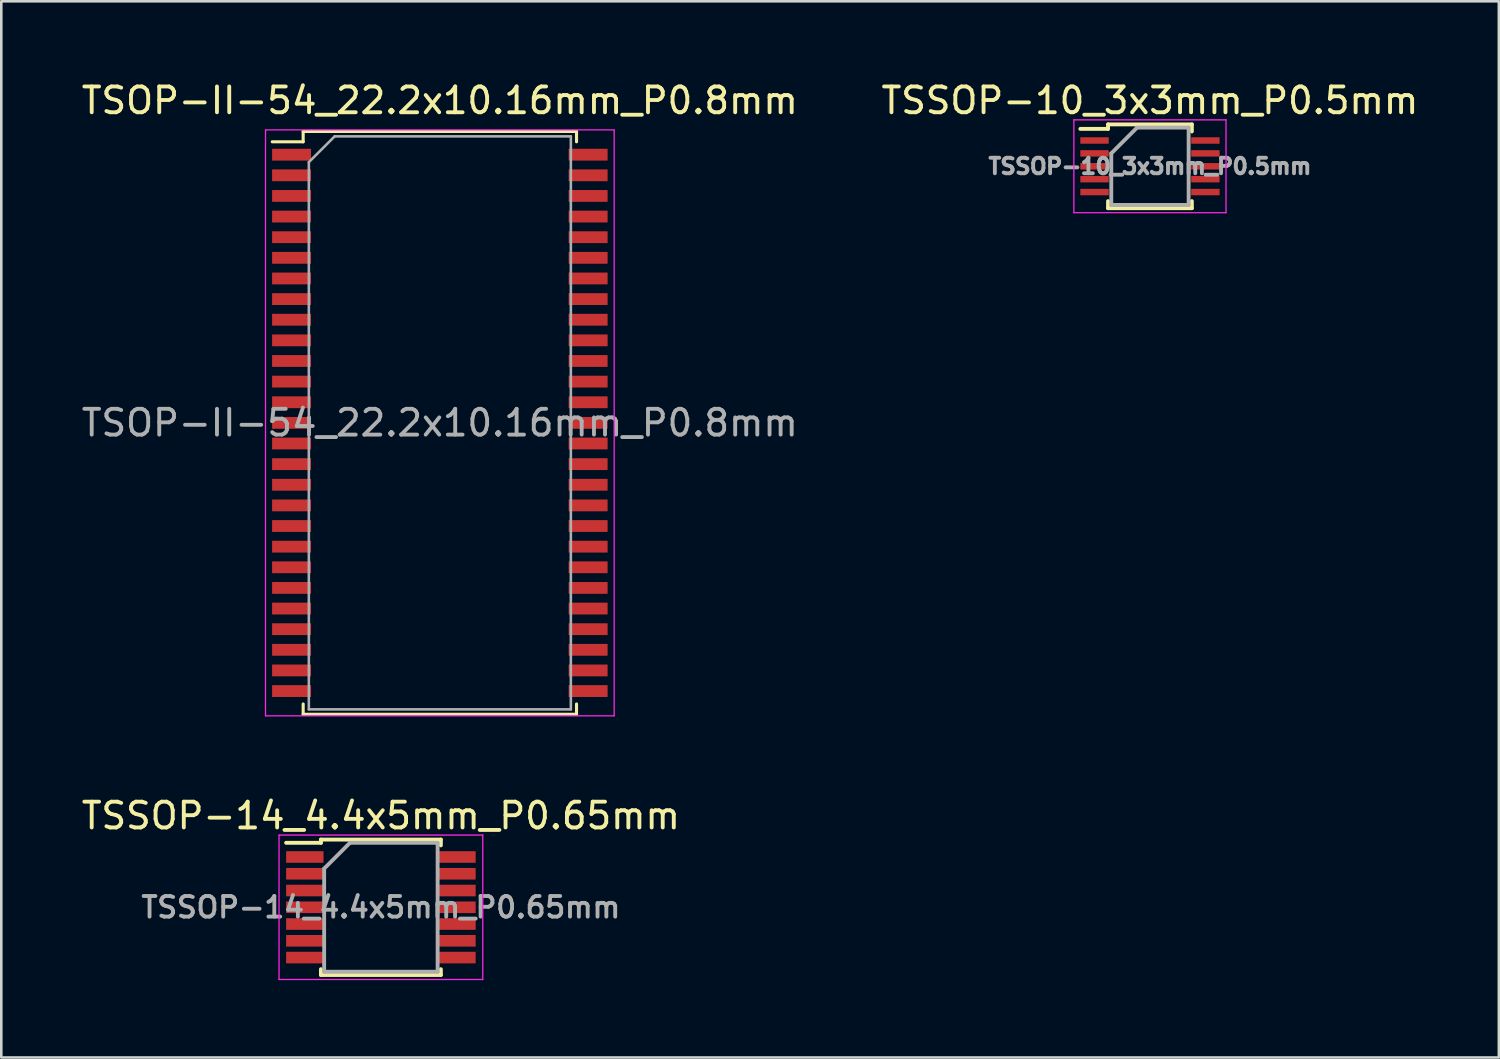
<source format=kicad_pcb>
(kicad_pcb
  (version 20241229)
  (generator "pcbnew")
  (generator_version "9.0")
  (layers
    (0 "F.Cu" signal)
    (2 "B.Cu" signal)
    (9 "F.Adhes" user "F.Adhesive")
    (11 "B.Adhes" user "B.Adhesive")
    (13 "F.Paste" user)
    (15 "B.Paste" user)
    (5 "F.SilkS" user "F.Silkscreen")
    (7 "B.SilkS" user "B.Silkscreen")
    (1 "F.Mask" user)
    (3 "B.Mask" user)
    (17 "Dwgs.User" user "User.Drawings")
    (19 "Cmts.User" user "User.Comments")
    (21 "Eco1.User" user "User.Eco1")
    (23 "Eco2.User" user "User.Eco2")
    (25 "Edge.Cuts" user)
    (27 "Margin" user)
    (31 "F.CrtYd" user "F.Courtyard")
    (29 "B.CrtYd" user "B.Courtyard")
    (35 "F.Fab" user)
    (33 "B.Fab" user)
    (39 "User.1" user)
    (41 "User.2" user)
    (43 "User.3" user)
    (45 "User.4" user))
  (footprint "TSSOP-14_4.4x5mm_P0.65mm"
    (layer "F.Cu")
    (at 11.72 32.132)
    (property "Reference" "TSSOP-14_4.4x5mm_P0.65mm" (at 0 -3.55 0) (layer "F.SilkS") (effects (font (size 1 1) (thickness 0.15))))
    (attr smd)
    (fp_line (start -2.325 -2.625) (end -2.325 -2.5) (stroke (width 0.15) (type solid)) (layer "F.SilkS"))
    (fp_line (start -2.325 -2.625) (end 2.325 -2.625) (stroke (width 0.15) (type solid)) (layer "F.SilkS"))
    (fp_line (start -2.325 -2.5) (end -3.675 -2.5) (stroke (width 0.15) (type solid)) (layer "F.SilkS"))
    (fp_line (start -2.325 2.625) (end -2.325 2.4) (stroke (width 0.15) (type solid)) (layer "F.SilkS"))
    (fp_line (start -2.325 2.625) (end 2.325 2.625) (stroke (width 0.15) (type solid)) (layer "F.SilkS"))
    (fp_line (start 2.325 -2.625) (end 2.325 -2.4) (stroke (width 0.15) (type solid)) (layer "F.SilkS"))
    (fp_line (start 2.325 2.625) (end 2.325 2.4) (stroke (width 0.15) (type solid)) (layer "F.SilkS"))
    (fp_line (start -3.95 -2.8) (end -3.95 2.8) (stroke (width 0.05) (type solid)) (layer "F.CrtYd"))
    (fp_line (start -3.95 -2.8) (end 3.95 -2.8) (stroke (width 0.05) (type solid)) (layer "F.CrtYd"))
    (fp_line (start -3.95 2.8) (end 3.95 2.8) (stroke (width 0.05) (type solid)) (layer "F.CrtYd"))
    (fp_line (start 3.95 -2.8) (end 3.95 2.8) (stroke (width 0.05) (type solid)) (layer "F.CrtYd"))
    (fp_line (start -2.2 -1.5) (end -1.2 -2.5) (stroke (width 0.15) (type solid)) (layer "F.Fab"))
    (fp_line (start -2.2 2.5) (end -2.2 -1.5) (stroke (width 0.15) (type solid)) (layer "F.Fab"))
    (fp_line (start -1.2 -2.5) (end 2.2 -2.5) (stroke (width 0.15) (type solid)) (layer "F.Fab"))
    (fp_line (start 2.2 -2.5) (end 2.2 2.5) (stroke (width 0.15) (type solid)) (layer "F.Fab"))
    (fp_line (start 2.2 2.5) (end -2.2 2.5) (stroke (width 0.15) (type solid)) (layer "F.Fab"))
    (fp_text user "${REFERENCE}" (at 0 0 0) (layer "F.Fab") (effects (font (size 0.8 0.8) (thickness 0.15))))
    (pad "1" smd rect (at -2.95 -1.95) (size 1.45 0.45) (layers "F.Cu" "F.Mask" "F.Paste"))
    (pad "2" smd rect (at -2.95 -1.3) (size 1.45 0.45) (layers "F.Cu" "F.Mask" "F.Paste"))
    (pad "3" smd rect (at -2.95 -0.65) (size 1.45 0.45) (layers "F.Cu" "F.Mask" "F.Paste"))
    (pad "4" smd rect (at -2.95 0) (size 1.45 0.45) (layers "F.Cu" "F.Mask" "F.Paste"))
    (pad "5" smd rect (at -2.95 0.65) (size 1.45 0.45) (layers "F.Cu" "F.Mask" "F.Paste"))
    (pad "6" smd rect (at -2.95 1.3) (size 1.45 0.45) (layers "F.Cu" "F.Mask" "F.Paste"))
    (pad "7" smd rect (at -2.95 1.95) (size 1.45 0.45) (layers "F.Cu" "F.Mask" "F.Paste"))
    (pad "8" smd rect (at 2.95 1.95) (size 1.45 0.45) (layers "F.Cu" "F.Mask" "F.Paste"))
    (pad "9" smd rect (at 2.95 1.3) (size 1.45 0.45) (layers "F.Cu" "F.Mask" "F.Paste"))
    (pad "10" smd rect (at 2.95 0.65) (size 1.45 0.45) (layers "F.Cu" "F.Mask" "F.Paste"))
    (pad "11" smd rect (at 2.95 0) (size 1.45 0.45) (layers "F.Cu" "F.Mask" "F.Paste"))
    (pad "12" smd rect (at 2.95 -0.65) (size 1.45 0.45) (layers "F.Cu" "F.Mask" "F.Paste"))
    (pad "13" smd rect (at 2.95 -1.3) (size 1.45 0.45) (layers "F.Cu" "F.Mask" "F.Paste"))
    (pad "14" smd rect (at 2.95 -1.95) (size 1.45 0.45) (layers "F.Cu" "F.Mask" "F.Paste")))
  (footprint "TSOP-II-54_22.2x10.16mm_P0.8mm"
    (layer "F.Cu")
    (at 14.006 13.348)
    (property "Reference" "TSOP-II-54_22.2x10.16mm_P0.8mm" (at 0 -12.5 0) (layer "F.SilkS") (effects (font (size 1 1) (thickness 0.15))))
    (attr smd)
    (fp_line (start -6.5 -10.9) (end -5.3 -10.9) (stroke (width 0.12) (type solid)) (layer "F.SilkS"))
    (fp_line (start -5.3 -11.3) (end 5.3 -11.3) (stroke (width 0.12) (type solid)) (layer "F.SilkS"))
    (fp_line (start -5.3 -10.9) (end -5.3 -11.3) (stroke (width 0.12) (type solid)) (layer "F.SilkS"))
    (fp_line (start -5.3 10.9) (end -5.3 11.3) (stroke (width 0.12) (type solid)) (layer "F.SilkS"))
    (fp_line (start -5.3 11.3) (end 5.3 11.3) (stroke (width 0.12) (type solid)) (layer "F.SilkS"))
    (fp_line (start 5.3 -11.3) (end 5.3 -10.9) (stroke (width 0.12) (type solid)) (layer "F.SilkS"))
    (fp_line (start 5.3 10.9) (end 5.3 11.3) (stroke (width 0.12) (type solid)) (layer "F.SilkS"))
    (fp_line (start -6.76 -11.36) (end -6.76 11.36) (stroke (width 0.05) (type solid)) (layer "F.CrtYd"))
    (fp_line (start -6.76 -11.36) (end 6.76 -11.36) (stroke (width 0.05) (type solid)) (layer "F.CrtYd"))
    (fp_line (start 6.76 -11.36) (end 6.76 11.36) (stroke (width 0.05) (type solid)) (layer "F.CrtYd"))
    (fp_line (start 6.76 11.36) (end -6.76 11.36) (stroke (width 0.05) (type solid)) (layer "F.CrtYd"))
    (fp_line (start -5.08 11.11) (end -5.08 -10.11) (stroke (width 0.1) (type solid)) (layer "F.Fab"))
    (fp_line (start -4.08 -11.11) (end -5.08 -10.11) (stroke (width 0.1) (type solid)) (layer "F.Fab"))
    (fp_line (start -4.08 -11.11) (end 5.08 -11.11) (stroke (width 0.1) (type solid)) (layer "F.Fab"))
    (fp_line (start 5.08 -11.11) (end 5.08 11.11) (stroke (width 0.1) (type solid)) (layer "F.Fab"))
    (fp_line (start 5.08 11.11) (end -5.08 11.11) (stroke (width 0.1) (type solid)) (layer "F.Fab"))
    (fp_text user "${REFERENCE}" (at 0 0 0) (layer "F.Fab") (effects (font (size 1 1) (thickness 0.15))))
    (pad "1" smd rect (at -5.75 -10.4) (size 1.51 0.458) (layers "F.Cu" "F.Mask" "F.Paste"))
    (pad "2" smd rect (at -5.75 -9.6) (size 1.51 0.458) (layers "F.Cu" "F.Mask" "F.Paste"))
    (pad "3" smd rect (at -5.75 -8.8) (size 1.51 0.458) (layers "F.Cu" "F.Mask" "F.Paste"))
    (pad "4" smd rect (at -5.75 -8) (size 1.51 0.458) (layers "F.Cu" "F.Mask" "F.Paste"))
    (pad "5" smd rect (at -5.75 -7.2) (size 1.51 0.458) (layers "F.Cu" "F.Mask" "F.Paste"))
    (pad "6" smd rect (at -5.75 -6.4) (size 1.51 0.458) (layers "F.Cu" "F.Mask" "F.Paste"))
    (pad "7" smd rect (at -5.75 -5.6) (size 1.51 0.458) (layers "F.Cu" "F.Mask" "F.Paste"))
    (pad "8" smd rect (at -5.75 -4.8) (size 1.51 0.458) (layers "F.Cu" "F.Mask" "F.Paste"))
    (pad "9" smd rect (at -5.75 -4) (size 1.51 0.458) (layers "F.Cu" "F.Mask" "F.Paste"))
    (pad "10" smd rect (at -5.75 -3.2) (size 1.51 0.458) (layers "F.Cu" "F.Mask" "F.Paste"))
    (pad "11" smd rect (at -5.75 -2.4) (size 1.51 0.458) (layers "F.Cu" "F.Mask" "F.Paste"))
    (pad "12" smd rect (at -5.75 -1.6) (size 1.51 0.458) (layers "F.Cu" "F.Mask" "F.Paste"))
    (pad "13" smd rect (at -5.75 -0.8) (size 1.51 0.458) (layers "F.Cu" "F.Mask" "F.Paste"))
    (pad "14" smd rect (at -5.75 0) (size 1.51 0.458) (layers "F.Cu" "F.Mask" "F.Paste"))
    (pad "15" smd rect (at -5.75 0.8) (size 1.51 0.458) (layers "F.Cu" "F.Mask" "F.Paste"))
    (pad "16" smd rect (at -5.75 1.6) (size 1.51 0.458) (layers "F.Cu" "F.Mask" "F.Paste"))
    (pad "17" smd rect (at -5.75 2.4) (size 1.51 0.458) (layers "F.Cu" "F.Mask" "F.Paste"))
    (pad "18" smd rect (at -5.75 3.2) (size 1.51 0.458) (layers "F.Cu" "F.Mask" "F.Paste"))
    (pad "19" smd rect (at -5.75 4) (size 1.51 0.458) (layers "F.Cu" "F.Mask" "F.Paste"))
    (pad "20" smd rect (at -5.75 4.8) (size 1.51 0.458) (layers "F.Cu" "F.Mask" "F.Paste"))
    (pad "21" smd rect (at -5.75 5.6) (size 1.51 0.458) (layers "F.Cu" "F.Mask" "F.Paste"))
    (pad "22" smd rect (at -5.75 6.4) (size 1.51 0.458) (layers "F.Cu" "F.Mask" "F.Paste"))
    (pad "23" smd rect (at -5.75 7.2) (size 1.51 0.458) (layers "F.Cu" "F.Mask" "F.Paste"))
    (pad "24" smd rect (at -5.75 8) (size 1.51 0.458) (layers "F.Cu" "F.Mask" "F.Paste"))
    (pad "25" smd rect (at -5.75 8.8) (size 1.51 0.458) (layers "F.Cu" "F.Mask" "F.Paste"))
    (pad "26" smd rect (at -5.75 9.6) (size 1.51 0.458) (layers "F.Cu" "F.Mask" "F.Paste"))
    (pad "27" smd rect (at -5.75 10.4) (size 1.51 0.458) (layers "F.Cu" "F.Mask" "F.Paste"))
    (pad "28" smd rect (at 5.75 10.4) (size 1.51 0.458) (layers "F.Cu" "F.Mask" "F.Paste"))
    (pad "29" smd rect (at 5.75 9.6) (size 1.51 0.458) (layers "F.Cu" "F.Mask" "F.Paste"))
    (pad "30" smd rect (at 5.75 8.8) (size 1.51 0.458) (layers "F.Cu" "F.Mask" "F.Paste"))
    (pad "31" smd rect (at 5.75 8) (size 1.51 0.458) (layers "F.Cu" "F.Mask" "F.Paste"))
    (pad "32" smd rect (at 5.75 7.2) (size 1.51 0.458) (layers "F.Cu" "F.Mask" "F.Paste"))
    (pad "33" smd rect (at 5.75 6.4) (size 1.51 0.458) (layers "F.Cu" "F.Mask" "F.Paste"))
    (pad "34" smd rect (at 5.75 5.6) (size 1.51 0.458) (layers "F.Cu" "F.Mask" "F.Paste"))
    (pad "35" smd rect (at 5.75 4.8) (size 1.51 0.458) (layers "F.Cu" "F.Mask" "F.Paste"))
    (pad "36" smd rect (at 5.75 4) (size 1.51 0.458) (layers "F.Cu" "F.Mask" "F.Paste"))
    (pad "37" smd rect (at 5.75 3.2) (size 1.51 0.458) (layers "F.Cu" "F.Mask" "F.Paste"))
    (pad "38" smd rect (at 5.75 2.4) (size 1.51 0.458) (layers "F.Cu" "F.Mask" "F.Paste"))
    (pad "39" smd rect (at 5.75 1.6) (size 1.51 0.458) (layers "F.Cu" "F.Mask" "F.Paste"))
    (pad "40" smd rect (at 5.75 0.8) (size 1.51 0.458) (layers "F.Cu" "F.Mask" "F.Paste"))
    (pad "41" smd rect (at 5.75 0) (size 1.51 0.458) (layers "F.Cu" "F.Mask" "F.Paste"))
    (pad "42" smd rect (at 5.75 -0.8) (size 1.51 0.458) (layers "F.Cu" "F.Mask" "F.Paste"))
    (pad "43" smd rect (at 5.75 -1.6) (size 1.51 0.458) (layers "F.Cu" "F.Mask" "F.Paste"))
    (pad "44" smd rect (at 5.75 -2.4) (size 1.51 0.458) (layers "F.Cu" "F.Mask" "F.Paste"))
    (pad "45" smd rect (at 5.75 -3.2) (size 1.51 0.458) (layers "F.Cu" "F.Mask" "F.Paste"))
    (pad "46" smd rect (at 5.75 -4) (size 1.51 0.458) (layers "F.Cu" "F.Mask" "F.Paste"))
    (pad "47" smd rect (at 5.75 -4.8) (size 1.51 0.458) (layers "F.Cu" "F.Mask" "F.Paste"))
    (pad "48" smd rect (at 5.75 -5.6) (size 1.51 0.458) (layers "F.Cu" "F.Mask" "F.Paste"))
    (pad "49" smd rect (at 5.75 -6.4) (size 1.51 0.458) (layers "F.Cu" "F.Mask" "F.Paste"))
    (pad "50" smd rect (at 5.75 -7.2) (size 1.51 0.458) (layers "F.Cu" "F.Mask" "F.Paste"))
    (pad "51" smd rect (at 5.75 -8) (size 1.51 0.458) (layers "F.Cu" "F.Mask" "F.Paste"))
    (pad "52" smd rect (at 5.75 -8.8) (size 1.51 0.458) (layers "F.Cu" "F.Mask" "F.Paste"))
    (pad "53" smd rect (at 5.75 -9.6) (size 1.51 0.458) (layers "F.Cu" "F.Mask" "F.Paste"))
    (pad "54" smd rect (at 5.75 -10.4) (size 1.51 0.458) (layers "F.Cu" "F.Mask" "F.Paste")))
  (footprint "TSSOP-10_3x3mm_P0.5mm"
    (layer "F.Cu")
    (at 41.542 3.398)
    (property "Reference" "TSSOP-10_3x3mm_P0.5mm" (at 0 -2.55 0) (layer "F.SilkS") (effects (font (size 1 1) (thickness 0.15))))
    (attr smd)
    (fp_line (start -1.625 -1.625) (end -1.625 -1.45) (stroke (width 0.15) (type solid)) (layer "F.SilkS"))
    (fp_line (start -1.625 -1.625) (end 1.625 -1.625) (stroke (width 0.15) (type solid)) (layer "F.SilkS"))
    (fp_line (start -1.625 -1.45) (end -2.7 -1.45) (stroke (width 0.15) (type solid)) (layer "F.SilkS"))
    (fp_line (start -1.625 1.625) (end -1.625 1.35) (stroke (width 0.15) (type solid)) (layer "F.SilkS"))
    (fp_line (start -1.625 1.625) (end 1.625 1.625) (stroke (width 0.15) (type solid)) (layer "F.SilkS"))
    (fp_line (start 1.625 -1.625) (end 1.625 -1.35) (stroke (width 0.15) (type solid)) (layer "F.SilkS"))
    (fp_line (start 1.625 1.625) (end 1.625 1.35) (stroke (width 0.15) (type solid)) (layer "F.SilkS"))
    (fp_line (start -2.95 -1.8) (end -2.95 1.8) (stroke (width 0.05) (type solid)) (layer "F.CrtYd"))
    (fp_line (start -2.95 -1.8) (end 2.95 -1.8) (stroke (width 0.05) (type solid)) (layer "F.CrtYd"))
    (fp_line (start -2.95 1.8) (end 2.95 1.8) (stroke (width 0.05) (type solid)) (layer "F.CrtYd"))
    (fp_line (start 2.95 -1.8) (end 2.95 1.8) (stroke (width 0.05) (type solid)) (layer "F.CrtYd"))
    (fp_line (start -1.5 -0.5) (end -0.5 -1.5) (stroke (width 0.15) (type solid)) (layer "F.Fab"))
    (fp_line (start -1.5 1.5) (end -1.5 -0.5) (stroke (width 0.15) (type solid)) (layer "F.Fab"))
    (fp_line (start -0.5 -1.5) (end 1.5 -1.5) (stroke (width 0.15) (type solid)) (layer "F.Fab"))
    (fp_line (start 1.5 -1.5) (end 1.5 1.5) (stroke (width 0.15) (type solid)) (layer "F.Fab"))
    (fp_line (start 1.5 1.5) (end -1.5 1.5) (stroke (width 0.15) (type solid)) (layer "F.Fab"))
    (fp_text user "${REFERENCE}" (at 0 0 0) (layer "F.Fab") (effects (font (size 0.6 0.6) (thickness 0.15))))
    (pad "1" smd rect (at -2.15 -1) (size 1.1 0.25) (layers "F.Cu" "F.Mask" "F.Paste"))
    (pad "2" smd rect (at -2.15 -0.5) (size 1.1 0.25) (layers "F.Cu" "F.Mask" "F.Paste"))
    (pad "3" smd rect (at -2.15 0) (size 1.1 0.25) (layers "F.Cu" "F.Mask" "F.Paste"))
    (pad "4" smd rect (at -2.15 0.5) (size 1.1 0.25) (layers "F.Cu" "F.Mask" "F.Paste"))
    (pad "5" smd rect (at -2.15 1) (size 1.1 0.25) (layers "F.Cu" "F.Mask" "F.Paste"))
    (pad "6" smd rect (at 2.15 1) (size 1.1 0.25) (layers "F.Cu" "F.Mask" "F.Paste"))
    (pad "7" smd rect (at 2.15 0.5) (size 1.1 0.25) (layers "F.Cu" "F.Mask" "F.Paste"))
    (pad "8" smd rect (at 2.15 0) (size 1.1 0.25) (layers "F.Cu" "F.Mask" "F.Paste"))
    (pad "9" smd rect (at 2.15 -0.5) (size 1.1 0.25) (layers "F.Cu" "F.Mask" "F.Paste"))
    (pad "10" smd rect (at 2.15 -1) (size 1.1 0.25) (layers "F.Cu" "F.Mask" "F.Paste")))
  (gr_rect
    (start -3 -3)
    (end 55.071 37.956)
    (stroke (width 0.1) (type default))
    (fill no)
    (layer "Edge.Cuts")))
</source>
